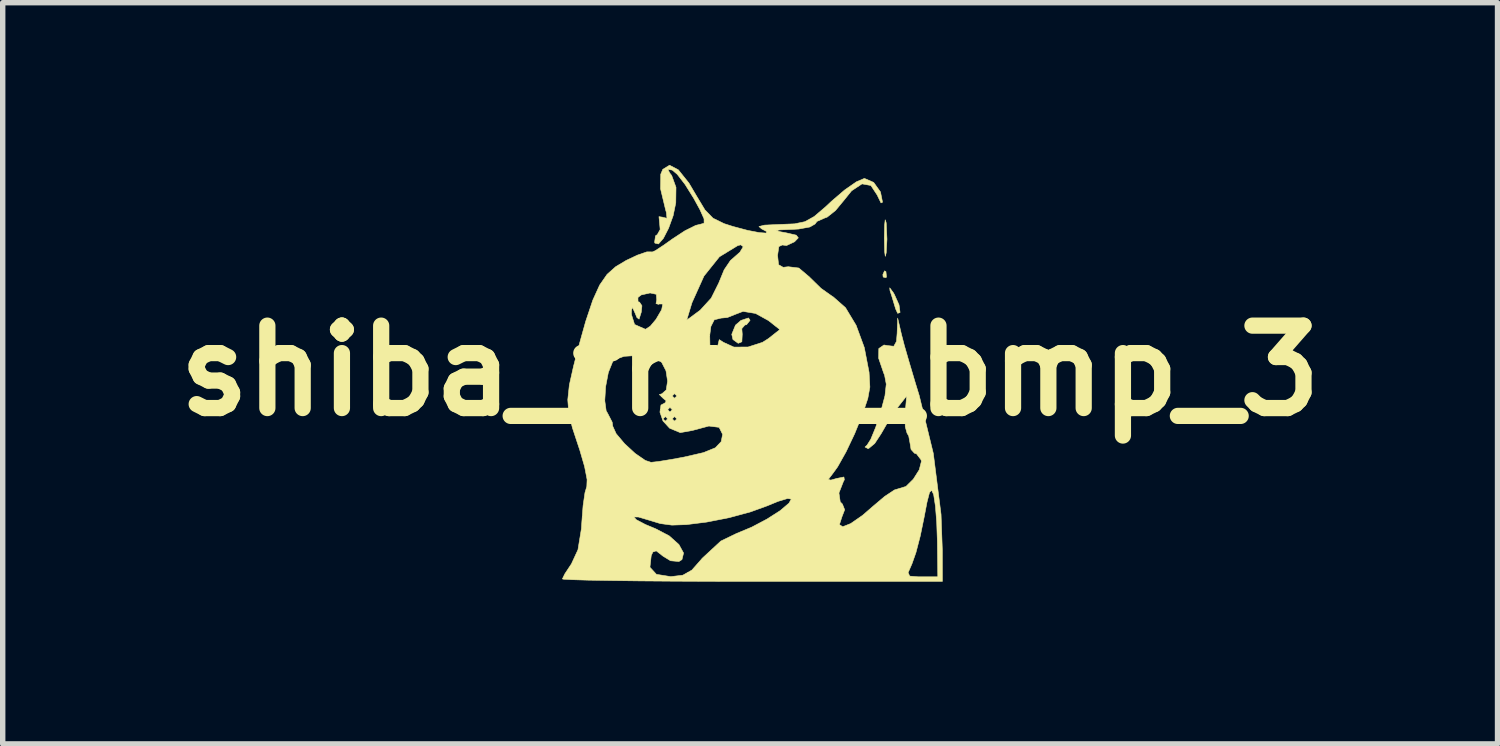
<source format=kicad_pcb>
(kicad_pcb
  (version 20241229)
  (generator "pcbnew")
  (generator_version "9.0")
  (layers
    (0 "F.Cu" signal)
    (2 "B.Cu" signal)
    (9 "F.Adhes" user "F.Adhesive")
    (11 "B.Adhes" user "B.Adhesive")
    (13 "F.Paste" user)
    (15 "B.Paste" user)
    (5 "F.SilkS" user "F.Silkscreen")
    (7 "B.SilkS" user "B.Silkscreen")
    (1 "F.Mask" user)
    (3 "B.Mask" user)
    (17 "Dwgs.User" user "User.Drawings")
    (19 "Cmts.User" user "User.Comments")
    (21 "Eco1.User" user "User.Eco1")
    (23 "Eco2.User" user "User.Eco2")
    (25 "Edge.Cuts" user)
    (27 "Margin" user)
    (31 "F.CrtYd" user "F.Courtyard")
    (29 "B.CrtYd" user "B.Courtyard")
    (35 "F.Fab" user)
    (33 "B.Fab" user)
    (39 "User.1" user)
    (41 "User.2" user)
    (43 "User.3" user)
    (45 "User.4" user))
  (footprint "shiba_from_bmp_3"
    (layer "F.Cu")
    (at 10.82 3.806)
    (property "Reference" "shiba_from_bmp_3" (at 0 0 0) (layer "F.SilkS") (effects (font (size 1.524 1.524) (thickness 0.3))))
    (attr through_hole)
    (fp_poly (pts (xy 2.512 -1.834) (xy 2.522 -1.734) (xy 2.512 -1.722) (xy 2.461 -1.733) (xy 2.455 -1.778) (xy 2.486 -1.848) (xy 2.512 -1.834)) (stroke (width 0.01) (type solid)) (fill yes) (layer "F.SilkS"))
    (fp_poly (pts (xy 2.514 -2.747) (xy 2.517 -2.731) (xy 2.531 -2.434) (xy 2.517 -2.18) (xy 2.5 -2.116) (xy 2.488 -2.203) (xy 2.483 -2.421) (xy 2.482 -2.455) (xy 2.487 -2.688) (xy 2.498 -2.792) (xy 2.514 -2.747)) (stroke (width 0.01) (type solid)) (fill yes) (layer "F.SilkS"))
    (fp_poly (pts (xy 2.644 -1.451) (xy 2.667 -1.413) (xy 2.754 -1.219) (xy 2.773 -1.08) (xy 2.772 -1.077) (xy 2.729 -1.062) (xy 2.691 -1.145) (xy 2.622 -1.374) (xy 2.587 -1.482) (xy 2.582 -1.534) (xy 2.644 -1.451)) (stroke (width 0.01) (type solid)) (fill yes) (layer "F.SilkS"))
    (fp_poly (pts (xy 0 -0.934) (xy -0.066 -0.851) (xy -0.095 -0.847) (xy -0.153 -0.78) (xy -0.145 -0.677) (xy -0.152 -0.536) (xy -0.22 -0.508) (xy -0.317 -0.578) (xy -0.339 -0.674) (xy -0.27 -0.844) (xy -0.169 -0.931) (xy -0.03 -0.977) (xy 0 -0.934)) (stroke (width 0.01) (type solid)) (fill yes) (layer "F.SilkS"))
    (fp_poly (pts (xy -1.327 -3.716) (xy -1.131 -3.471) (xy -0.991 -3.234) (xy -0.835 -2.975) (xy -0.685 -2.821) (xy -0.481 -2.721) (xy -0.319 -2.669) (xy -0.045 -2.596) (xy 0.169 -2.555) (xy 0.296 -2.546) (xy 0.309 -2.573) (xy 0.212 -2.625) (xy 0.164 -2.667) (xy 0.264 -2.693) (xy 0.522 -2.705) (xy 0.55 -2.706) (xy 0.822 -2.717) (xy 1.014 -2.757) (xy 1.185 -2.852) (xy 1.393 -3.029) (xy 1.506 -3.135) (xy 1.749 -3.343) (xy 1.966 -3.494) (xy 2.111 -3.556) (xy 2.117 -3.556) (xy 2.285 -3.483) (xy 2.411 -3.307) (xy 2.449 -3.117) (xy 2.421 -3.104) (xy 2.362 -3.224) (xy 2.357 -3.239) (xy 2.234 -3.426) (xy 2.07 -3.456) (xy 1.877 -3.328) (xy 1.741 -3.159) (xy 1.579 -2.963) (xy 1.425 -2.841) (xy 1.38 -2.825) (xy 1.237 -2.762) (xy 1.201 -2.714) (xy 1.106 -2.659) (xy 0.9 -2.621) (xy 0.776 -2.614) (xy 0.55 -2.605) (xy 0.482 -2.593) (xy 0.561 -2.57) (xy 0.67 -2.55) (xy 0.853 -2.508) (xy 0.892 -2.458) (xy 0.822 -2.385) (xy 0.674 -2.316) (xy 0.596 -2.326) (xy 0.532 -2.297) (xy 0.508 -2.133) (xy 0.527 -1.961) (xy 0.612 -1.913) (xy 0.706 -1.924) (xy 0.901 -1.9) (xy 1.098 -1.734) (xy 1.109 -1.722) (xy 1.313 -1.523) (xy 1.528 -1.371) (xy 1.538 -1.366) (xy 1.764 -1.167) (xy 1.961 -0.84) (xy 2.112 -0.429) (xy 2.2 0.027) (xy 2.215 0.302) (xy 2.177 0.512) (xy 2.075 0.816) (xy 1.934 1.163) (xy 1.774 1.5) (xy 1.619 1.776) (xy 1.533 1.895) (xy 1.447 2.008) (xy 1.492 2.022) (xy 1.598 1.992) (xy 1.735 1.964) (xy 1.743 2.017) (xy 1.727 2.044) (xy 1.643 2.259) (xy 1.667 2.424) (xy 1.707 2.464) (xy 1.749 2.57) (xy 1.699 2.699) (xy 1.652 2.844) (xy 1.712 2.884) (xy 1.861 2.825) (xy 2.08 2.673) (xy 2.268 2.51) (xy 2.488 2.324) (xy 2.669 2.204) (xy 2.764 2.175) (xy 2.882 2.139) (xy 3.018 2.005) (xy 3.128 1.831) (xy 3.168 1.675) (xy 3.161 1.646) (xy 3.078 1.537) (xy 3.039 1.524) (xy 2.976 1.454) (xy 2.963 1.369) (xy 2.933 1.205) (xy 2.902 1.153) (xy 2.869 1.035) (xy 2.865 0.824) (xy 2.868 0.779) (xy 2.895 0.466) (xy 2.729 0.677) (xy 2.571 0.908) (xy 2.423 1.164) (xy 2.423 1.164) (xy 2.304 1.345) (xy 2.194 1.436) (xy 2.178 1.438) (xy 2.125 1.41) (xy 2.163 1.375) (xy 2.232 1.266) (xy 2.323 1.044) (xy 2.409 0.783) (xy 2.494 0.463) (xy 2.518 0.247) (xy 2.487 0.082) (xy 2.469 0.038) (xy 2.377 -0.232) (xy 2.38 -0.411) (xy 2.476 -0.477) (xy 2.54 -0.466) (xy 2.657 -0.453) (xy 2.707 -0.543) (xy 2.719 -0.693) (xy 2.729 -0.974) (xy 2.798 -0.677) (xy 2.852 -0.469) (xy 2.944 -0.151) (xy 3.056 0.226) (xy 3.127 0.457) (xy 3.388 1.528) (xy 3.531 2.656) (xy 3.555 3.323) (xy 3.556 3.895) (xy 0.042 3.895) (xy -0.71 3.894) (xy -1.408 3.891) (xy -2.033 3.886) (xy -2.567 3.879) (xy -2.994 3.872) (xy -3.294 3.863) (xy -3.452 3.854) (xy -3.471 3.849) (xy -3.426 3.756) (xy -3.317 3.591) (xy -3.305 3.574) (xy -3.183 3.31) (xy -3.119 2.92) (xy -3.111 2.794) (xy -3.104 2.703) (xy -2.15 2.703) (xy -2.104 2.754) (xy -1.935 2.843) (xy -1.745 2.922) (xy -1.495 3.053) (xy -1.316 3.213) (xy -1.23 3.37) (xy -1.26 3.492) (xy -1.316 3.527) (xy -1.471 3.513) (xy -1.61 3.428) (xy -1.735 3.33) (xy -1.797 3.351) (xy -1.828 3.417) (xy -1.852 3.633) (xy -1.732 3.764) (xy -1.469 3.806) (xy -1.463 3.806) (xy -1.244 3.78) (xy -1.16 3.733) (xy 2.922 3.733) (xy 2.952 3.797) (xy 3.111 3.81) (xy 3.173 3.81) (xy 3.471 3.81) (xy 3.463 3.154) (xy 3.451 2.807) (xy 3.427 2.503) (xy 3.396 2.3) (xy 3.393 2.286) (xy 3.356 2.209) (xy 3.318 2.25) (xy 3.272 2.427) (xy 3.218 2.709) (xy 3.147 3.054) (xy 3.067 3.361) (xy 2.994 3.568) (xy 2.99 3.577) (xy 2.922 3.733) (xy -1.16 3.733) (xy -1.076 3.685) (xy -0.895 3.48) (xy -0.889 3.471) (xy -0.54 3.148) (xy -0.252 3.009) (xy 0.029 2.892) (xy 0.313 2.742) (xy 0.557 2.586) (xy 0.719 2.448) (xy 0.762 2.372) (xy 0.693 2.362) (xy 0.514 2.416) (xy 0.318 2.497) (xy 0.006 2.61) (xy -0.39 2.717) (xy -0.788 2.795) (xy -0.804 2.798) (xy -1.179 2.845) (xy -1.445 2.854) (xy -1.662 2.825) (xy -1.84 2.771) (xy -2.065 2.704) (xy -2.15 2.703) (xy -3.104 2.703) (xy -3.088 2.493) (xy -3.053 2.253) (xy -3.019 2.138) (xy -3.014 2.011) (xy -3.06 1.773) (xy -3.149 1.467) (xy -3.17 1.404) (xy -3.286 1.053) (xy -3.353 0.78) (xy -3.37 0.551) (xy -2.687 0.551) (xy -2.661 0.741) (xy -2.635 0.785) (xy -2.55 0.95) (xy -2.54 1.024) (xy -2.477 1.163) (xy -2.322 1.347) (xy -2.126 1.528) (xy -1.938 1.658) (xy -1.832 1.693) (xy -1.693 1.678) (xy -1.449 1.638) (xy -1.221 1.596) (xy -0.861 1.513) (xy -0.642 1.424) (xy -0.534 1.31) (xy -0.508 1.175) (xy -0.573 1.046) (xy -0.762 1.022) (xy -1.064 1.103) (xy -1.064 1.103) (xy -1.291 1.144) (xy -1.488 1.062) (xy -1.611 0.928) (xy -1.624 0.889) (xy -1.609 0.889) (xy -1.566 0.931) (xy -1.524 0.889) (xy -1.439 0.889) (xy -1.397 0.931) (xy -1.355 0.889) (xy -1.397 0.847) (xy -1.439 0.889) (xy -1.524 0.889) (xy -1.566 0.847) (xy -1.609 0.889) (xy -1.624 0.889) (xy -1.667 0.765) (xy -1.661 0.72) (xy -1.524 0.72) (xy -1.482 0.762) (xy -1.439 0.72) (xy -1.482 0.677) (xy -1.524 0.72) (xy -1.661 0.72) (xy -1.648 0.634) (xy -1.569 0.591) (xy -1.552 0.555) (xy -1.609 0.508) (xy -1.651 0.466) (xy -1.439 0.466) (xy -1.397 0.508) (xy -1.355 0.466) (xy -1.397 0.423) (xy -1.439 0.466) (xy -1.651 0.466) (xy -1.678 0.44) (xy -1.63 0.425) (xy -1.58 0.381) (xy -1.27 0.381) (xy -1.228 0.423) (xy -1.185 0.381) (xy -1.228 0.339) (xy -1.27 0.381) (xy -1.58 0.381) (xy -1.551 0.355) (xy -1.526 0.191) (xy -1.555 0.000372) (xy -1.633 -0.152) (xy -1.652 -0.17) (xy -1.835 -0.251) (xy -2.084 -0.283) (xy -2.331 -0.267) (xy -2.508 -0.203) (xy -2.541 -0.168) (xy -2.621 0.031) (xy -2.671 0.293) (xy -2.687 0.551) (xy -3.37 0.551) (xy -3.371 0.534) (xy -3.342 0.262) (xy -3.264 -0.086) (xy -3.187 -0.385) (xy -3.112 -0.656) (xy -0.746 -0.656) (xy -0.742 -0.444) (xy -0.696 -0.342) (xy -0.682 -0.339) (xy -0.606 -0.408) (xy -0.593 -0.483) (xy -0.57 -0.576) (xy -0.491 -0.525) (xy -0.299 -0.438) (xy -0.036 -0.44) (xy 0.23 -0.526) (xy 0.339 -0.595) (xy 0.55 -0.762) (xy 0.339 -0.929) (xy 0.101 -1.06) (xy -0.131 -1.098) (xy -0.29 -1.037) (xy -0.419 -0.985) (xy -0.537 -0.974) (xy -0.662 -0.943) (xy -0.725 -0.819) (xy -0.746 -0.656) (xy -3.112 -0.656) (xy -3.039 -0.916) (xy -2.996 -1.044) (xy -2.195 -1.044) (xy -2.136 -0.856) (xy -1.941 -0.77) (xy -1.931 -0.769) (xy -1.845 -0.825) (xy -1.752 -0.936) (xy -1.172 -0.936) (xy -0.923 -1.12) (xy -0.719 -1.343) (xy -0.578 -1.626) (xy -0.576 -1.632) (xy -0.479 -1.868) (xy -0.364 -2.038) (xy -0.34 -2.059) (xy -0.188 -2.193) (xy -0.127 -2.294) (xy -0.172 -2.329) (xy -0.228 -2.315) (xy -0.567 -2.108) (xy -0.853 -1.751) (xy -1.074 -1.26) (xy -1.103 -1.166) (xy -1.172 -0.936) (xy -1.752 -0.936) (xy -1.74 -0.95) (xy -1.635 -1.13) (xy -1.615 -1.235) (xy -1.683 -1.234) (xy -1.692 -1.228) (xy -1.74 -1.242) (xy -1.726 -1.308) (xy -1.734 -1.414) (xy -1.849 -1.439) (xy -2.014 -1.402) (xy -2.074 -1.355) (xy -2.072 -1.276) (xy -2.045 -1.27) (xy -2 -1.202) (xy -2.012 -1.084) (xy -2.053 -0.955) (xy -2.093 -0.985) (xy -2.125 -1.063) (xy -2.175 -1.173) (xy -2.192 -1.124) (xy -2.195 -1.044) (xy -2.996 -1.044) (xy -2.908 -1.307) (xy -2.781 -1.586) (xy -2.644 -1.783) (xy -2.487 -1.923) (xy -2.486 -1.924) (xy -2.292 -2.04) (xy -2.082 -2.139) (xy -1.908 -2.199) (xy -1.82 -2.199) (xy -1.818 -2.193) (xy -1.756 -2.219) (xy -1.597 -2.323) (xy -1.441 -2.434) (xy -1.205 -2.589) (xy -1.004 -2.689) (xy -0.92 -2.709) (xy -0.851 -2.729) (xy -0.851 -2.809) (xy -0.927 -2.979) (xy -1.042 -3.189) (xy -1.201 -3.444) (xy -1.347 -3.633) (xy -1.439 -3.711) (xy -1.521 -3.725) (xy -1.483 -3.653) (xy -1.45 -3.611) (xy -1.37 -3.392) (xy -1.374 -3.105) (xy -1.423 -2.867) (xy -1.507 -2.636) (xy -1.603 -2.449) (xy -1.694 -2.345) (xy -1.759 -2.36) (xy -1.766 -2.376) (xy -1.749 -2.495) (xy -1.715 -2.519) (xy -1.663 -2.612) (xy -1.673 -2.727) (xy -1.685 -2.85) (xy -1.612 -2.839) (xy -1.609 -2.836) (xy -1.537 -2.82) (xy -1.548 -2.928) (xy -1.561 -2.971) (xy -1.656 -3.366) (xy -1.652 -3.635) (xy -1.614 -3.725) (xy -1.489 -3.801) (xy -1.327 -3.716)) (stroke (width 0.01) (type solid)) (fill yes) (layer "F.SilkS")))
  (gr_rect
    (start -3 -3)
    (end 24.641 10.706)
    (stroke (width 0.1) (type default))
    (fill no)
    (layer "Edge.Cuts")))
</source>
